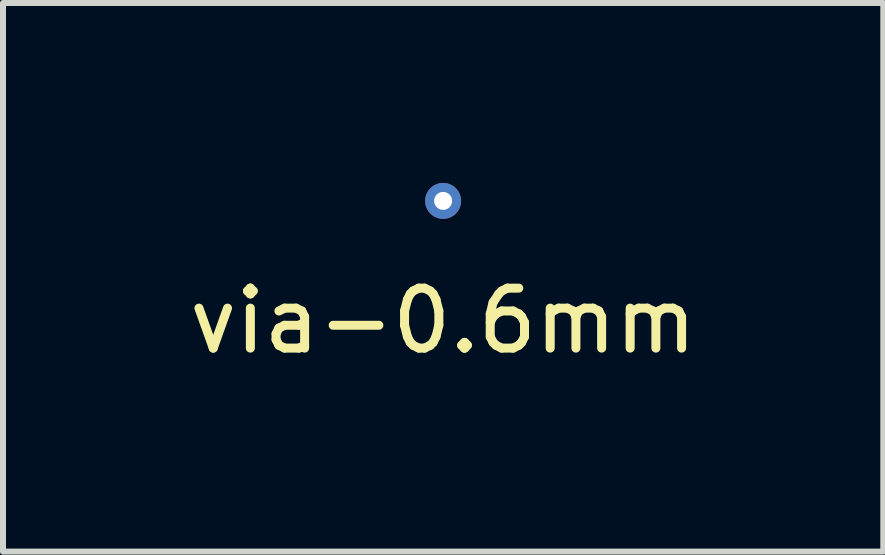
<source format=kicad_pcb>
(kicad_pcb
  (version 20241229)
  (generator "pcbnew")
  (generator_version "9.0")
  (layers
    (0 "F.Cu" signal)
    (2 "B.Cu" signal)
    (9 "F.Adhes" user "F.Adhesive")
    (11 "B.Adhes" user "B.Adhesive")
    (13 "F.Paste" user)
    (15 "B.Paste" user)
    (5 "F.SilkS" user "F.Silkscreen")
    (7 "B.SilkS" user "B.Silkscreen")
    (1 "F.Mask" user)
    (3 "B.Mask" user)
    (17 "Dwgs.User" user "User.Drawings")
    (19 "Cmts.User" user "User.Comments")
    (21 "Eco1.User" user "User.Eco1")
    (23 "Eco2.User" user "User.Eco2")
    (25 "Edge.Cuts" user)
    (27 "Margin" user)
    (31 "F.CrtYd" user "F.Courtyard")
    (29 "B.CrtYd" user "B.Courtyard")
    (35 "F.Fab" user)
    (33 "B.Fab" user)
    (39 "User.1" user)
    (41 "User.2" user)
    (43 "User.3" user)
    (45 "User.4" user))
  (footprint "via-0.6mm"
    (layer "F.Cu")
    (at 4.339 0.3)
    (property "Reference" "via-0.6mm" (at 0 2 0) (layer "F.SilkS") (effects (font (size 1 1) (thickness 0.15))))
    (attr through_hole)
    (pad "1" thru_hole circle (at 0 0) (size 0.6 0.6) (drill 0.3) (layers "*.Cu")))
  (gr_rect
    (start -3 -3)
    (end 11.679 6.148)
    (stroke (width 0.1) (type default))
    (fill no)
    (layer "Edge.Cuts")))
</source>
